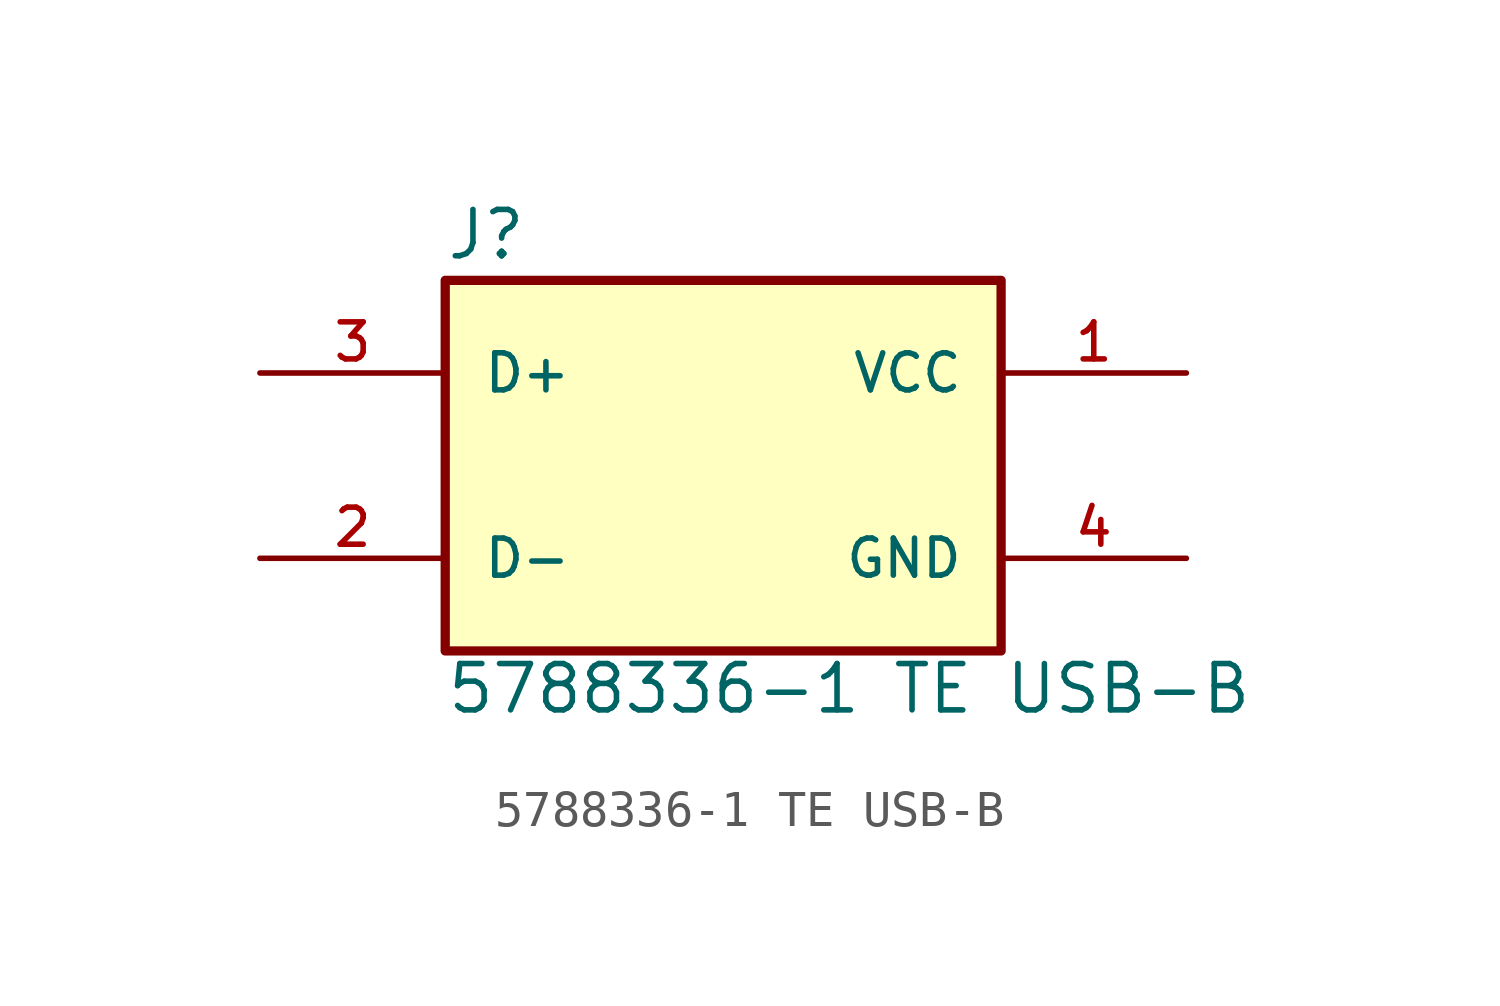
<source format=kicad_sym>
(kicad_symbol_lib
  (version 20220914)
  (generator kicad_symbol_editor)
  (symbol "5788336-1 TE USB-B"
    (pin_names
      (offset 1.016))
    (property "Reference" "J"
      (at -7.625 5.591 0)
      (effects (font (size 1.27 1.27)) (justify left bottom)))
    (property "Value" "5788336-1 TE USB-B"
      (at -7.622 -6.859 0)
      (effects (font (size 1.27 1.27)) (justify left bottom)))
    (symbol "5788336-1 TE USB-B_0_0"
      (rectangle (start -7.62 -5.08) (end 7.62 5.08) (stroke (width 0.254) (type default)) (fill (type background)))
      (pin power_in line (at 12.7 2.54 180) (length 5.08) (name "VCC" (effects (font (size 1.016 1.016)))) (number "1" (effects (font (size 1.016 1.016)))))
      (pin bidirectional line (at -12.7 -2.54 0) (length 5.08) (name "D-" (effects (font (size 1.016 1.016)))) (number "2" (effects (font (size 1.016 1.016)))))
      (pin bidirectional line (at -12.7 2.54 0) (length 5.08) (name "D+" (effects (font (size 1.016 1.016)))) (number "3" (effects (font (size 1.016 1.016)))))
      (pin power_in line (at 12.7 -2.54 180) (length 5.08) (name "GND" (effects (font (size 1.016 1.016)))) (number "4" (effects (font (size 1.016 1.016))))))))
</source>
